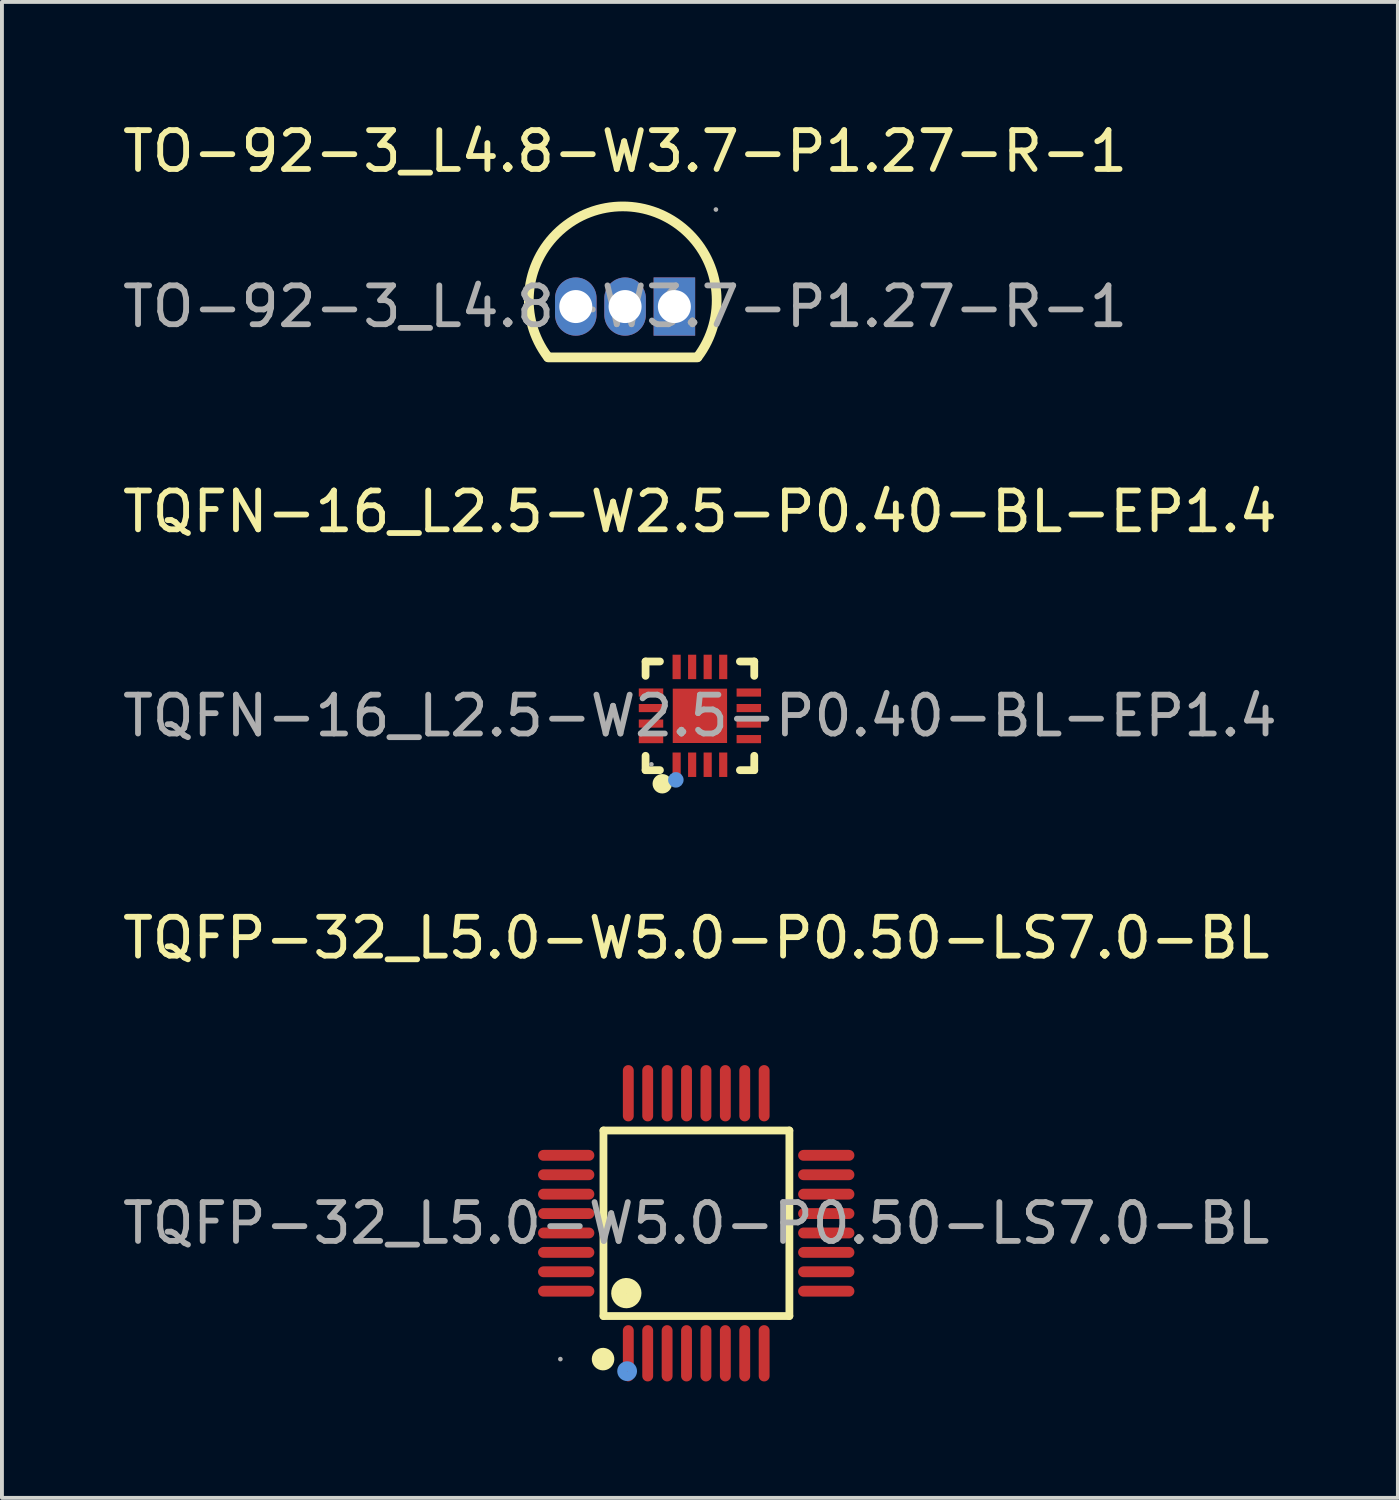
<source format=kicad_pcb>
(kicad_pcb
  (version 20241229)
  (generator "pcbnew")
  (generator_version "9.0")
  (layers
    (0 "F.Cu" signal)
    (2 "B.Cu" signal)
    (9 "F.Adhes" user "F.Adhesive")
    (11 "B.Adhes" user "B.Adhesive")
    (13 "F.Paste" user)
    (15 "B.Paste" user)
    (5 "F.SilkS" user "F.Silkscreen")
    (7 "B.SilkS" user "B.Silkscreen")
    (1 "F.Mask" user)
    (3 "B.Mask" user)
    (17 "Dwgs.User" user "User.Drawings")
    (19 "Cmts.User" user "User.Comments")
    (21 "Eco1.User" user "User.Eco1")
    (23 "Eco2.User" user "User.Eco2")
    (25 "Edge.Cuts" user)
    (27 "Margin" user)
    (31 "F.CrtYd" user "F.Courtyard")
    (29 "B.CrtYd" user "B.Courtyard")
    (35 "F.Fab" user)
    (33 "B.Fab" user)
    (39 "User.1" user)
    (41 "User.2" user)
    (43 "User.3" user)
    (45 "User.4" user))
  (footprint "TQFN-16_L2.5-W2.5-P0.40-BL-EP1.4"
    (layer "F.Cu")
    (at 14.982 15.392)
    (property "Reference" "TQFN-16_L2.5-W2.5-P0.40-BL-EP1.4" (at 0 -5.26 0) (layer "F.SilkS") (effects (font (size 1 1) (thickness 0.15))))
    (attr through_hole)
    (fp_line (start -1.4 -1.4) (end -1.4 -1.03) (stroke (width 0.2) (type solid)) (layer "F.SilkS"))
    (fp_line (start -1.4 1.4) (end -1.4 1.03) (stroke (width 0.2) (type solid)) (layer "F.SilkS"))
    (fp_line (start -1.03 -1.4) (end -1.4 -1.4) (stroke (width 0.2) (type solid)) (layer "F.SilkS"))
    (fp_line (start -1.03 1.4) (end -1.4 1.4) (stroke (width 0.2) (type solid)) (layer "F.SilkS"))
    (fp_line (start 1.4 -1.4) (end 1.03 -1.4) (stroke (width 0.2) (type solid)) (layer "F.SilkS"))
    (fp_line (start 1.4 -1.03) (end 1.4 -1.4) (stroke (width 0.2) (type solid)) (layer "F.SilkS"))
    (fp_line (start 1.4 1.03) (end 1.4 1.4) (stroke (width 0.2) (type solid)) (layer "F.SilkS"))
    (fp_line (start 1.4 1.4) (end 1.03 1.4) (stroke (width 0.2) (type solid)) (layer "F.SilkS"))
    (fp_arc (start -0.97 1.75) (mid -0.97 1.75) (end -0.97 1.75) (stroke (width 0.25) (type solid)) (layer "F.SilkS"))
    (fp_circle (center -0.62 1.65) (end -0.52 1.65) (stroke (width 0.2) (type solid)) (fill no) (layer "Cmts.User"))
    (fp_circle (center -1.25 1.25) (end -1.22 1.25) (stroke (width 0.06) (type solid)) (fill no) (layer "F.Fab"))
    (fp_text user "${REFERENCE}" (at 0 0 0) (layer "F.Fab") (effects (font (size 1 1) (thickness 0.15))))
    (pad "1" smd rect (at -0.6 1.26) (size 0.21 0.63) (layers "F.Cu" "F.Mask" "F.Paste"))
    (pad "2" smd rect (at -0.2 1.26) (size 0.21 0.63) (layers "F.Cu" "F.Mask" "F.Paste"))
    (pad "3" smd rect (at 0.2 1.26) (size 0.21 0.63) (layers "F.Cu" "F.Mask" "F.Paste"))
    (pad "4" smd rect (at 0.6 1.26) (size 0.21 0.63) (layers "F.Cu" "F.Mask" "F.Paste"))
    (pad "5" smd rect (at 1.26 0.6 90) (size 0.21 0.63) (layers "F.Cu" "F.Mask" "F.Paste"))
    (pad "6" smd rect (at 1.26 0.2 90) (size 0.21 0.63) (layers "F.Cu" "F.Mask" "F.Paste"))
    (pad "7" smd rect (at 1.26 -0.2 90) (size 0.21 0.63) (layers "F.Cu" "F.Mask" "F.Paste"))
    (pad "8" smd rect (at 1.26 -0.6 90) (size 0.21 0.63) (layers "F.Cu" "F.Mask" "F.Paste"))
    (pad "9" smd rect (at 0.6 -1.26 180) (size 0.21 0.63) (layers "F.Cu" "F.Mask" "F.Paste"))
    (pad "10" smd rect (at 0.2 -1.26 180) (size 0.21 0.63) (layers "F.Cu" "F.Mask" "F.Paste"))
    (pad "11" smd rect (at -0.2 -1.26 180) (size 0.21 0.63) (layers "F.Cu" "F.Mask" "F.Paste"))
    (pad "12" smd rect (at -0.6 -1.26 180) (size 0.21 0.63) (layers "F.Cu" "F.Mask" "F.Paste"))
    (pad "13" smd rect (at -1.26 -0.6 90) (size 0.21 0.63) (layers "F.Cu" "F.Mask" "F.Paste"))
    (pad "14" smd rect (at -1.26 -0.2 90) (size 0.21 0.63) (layers "F.Cu" "F.Mask" "F.Paste"))
    (pad "15" smd rect (at -1.26 0.2 90) (size 0.21 0.63) (layers "F.Cu" "F.Mask" "F.Paste"))
    (pad "16" smd rect (at -1.26 0.6 90) (size 0.21 0.63) (layers "F.Cu" "F.Mask" "F.Paste"))
    (pad "17" smd rect (at 0 0) (size 1.4 1.4) (layers "F.Cu" "F.Mask" "F.Paste")))
  (footprint "TQFP-32_L5.0-W5.0-P0.50-LS7.0-BL"
    (layer "F.Cu")
    (at 14.887 28.465)
    (property "Reference" "TQFP-32_L5.0-W5.0-P0.50-LS7.0-BL" (at 0 -7.35 0) (layer "F.SilkS") (effects (font (size 1 1) (thickness 0.15))))
    (attr through_hole)
    (fp_line (start -2.39 -2.39) (end -2.39 2.39) (stroke (width 0.2) (type solid)) (layer "F.SilkS"))
    (fp_line (start -2.39 2.39) (end 2.4 2.39) (stroke (width 0.2) (type solid)) (layer "F.SilkS"))
    (fp_line (start 2.4 -2.39) (end -2.39 -2.39) (stroke (width 0.2) (type solid)) (layer "F.SilkS"))
    (fp_line (start 2.4 2.39) (end 2.4 -2.39) (stroke (width 0.2) (type solid)) (layer "F.SilkS"))
    (fp_arc (start -2.39 3.36) (mid -2.405328 3.640256) (end -2.399349 3.359645) (stroke (width 0.3) (type solid)) (layer "F.SilkS"))
    (fp_arc (start -1.8 1.61) (mid -1.795242 1.98994) (end -1.809513 1.610238) (stroke (width 0.4) (type solid)) (layer "F.SilkS"))
    (fp_circle (center -1.78 3.81) (end -1.65 3.81) (stroke (width 0.25) (type solid)) (fill no) (layer "Cmts.User"))
    (fp_circle (center -3.5 3.5) (end -3.47 3.5) (stroke (width 0.06) (type solid)) (fill no) (layer "F.Fab"))
    (fp_text user "${REFERENCE}" (at 0 0 0) (layer "F.Fab") (effects (font (size 1 1) (thickness 0.15))))
    (pad "1" smd oval (at -1.75 3.35) (size 0.28 1.45) (layers "F.Cu" "F.Mask" "F.Paste"))
    (pad "2" smd oval (at -1.25 3.35) (size 0.28 1.45) (layers "F.Cu" "F.Mask" "F.Paste"))
    (pad "3" smd oval (at -0.75 3.35) (size 0.28 1.45) (layers "F.Cu" "F.Mask" "F.Paste"))
    (pad "4" smd oval (at -0.25 3.35) (size 0.28 1.45) (layers "F.Cu" "F.Mask" "F.Paste"))
    (pad "5" smd oval (at 0.25 3.35) (size 0.28 1.45) (layers "F.Cu" "F.Mask" "F.Paste"))
    (pad "6" smd oval (at 0.75 3.35) (size 0.28 1.45) (layers "F.Cu" "F.Mask" "F.Paste"))
    (pad "7" smd oval (at 1.25 3.35) (size 0.28 1.45) (layers "F.Cu" "F.Mask" "F.Paste"))
    (pad "8" smd oval (at 1.75 3.35) (size 0.28 1.45) (layers "F.Cu" "F.Mask" "F.Paste"))
    (pad "9" smd oval (at 3.35 1.75) (size 1.45 0.28) (layers "F.Cu" "F.Mask" "F.Paste"))
    (pad "10" smd oval (at 3.35 1.25) (size 1.45 0.28) (layers "F.Cu" "F.Mask" "F.Paste"))
    (pad "11" smd oval (at 3.35 0.75) (size 1.45 0.28) (layers "F.Cu" "F.Mask" "F.Paste"))
    (pad "12" smd oval (at 3.35 0.25) (size 1.45 0.28) (layers "F.Cu" "F.Mask" "F.Paste"))
    (pad "13" smd oval (at 3.35 -0.25) (size 1.45 0.28) (layers "F.Cu" "F.Mask" "F.Paste"))
    (pad "14" smd oval (at 3.35 -0.75) (size 1.45 0.28) (layers "F.Cu" "F.Mask" "F.Paste"))
    (pad "15" smd oval (at 3.35 -1.25) (size 1.45 0.28) (layers "F.Cu" "F.Mask" "F.Paste"))
    (pad "16" smd oval (at 3.35 -1.75) (size 1.45 0.28) (layers "F.Cu" "F.Mask" "F.Paste"))
    (pad "17" smd oval (at 1.75 -3.35) (size 0.28 1.45) (layers "F.Cu" "F.Mask" "F.Paste"))
    (pad "18" smd oval (at 1.25 -3.35) (size 0.28 1.45) (layers "F.Cu" "F.Mask" "F.Paste"))
    (pad "19" smd oval (at 0.75 -3.35) (size 0.28 1.45) (layers "F.Cu" "F.Mask" "F.Paste"))
    (pad "20" smd oval (at 0.25 -3.35) (size 0.28 1.45) (layers "F.Cu" "F.Mask" "F.Paste"))
    (pad "21" smd oval (at -0.25 -3.35) (size 0.28 1.45) (layers "F.Cu" "F.Mask" "F.Paste"))
    (pad "22" smd oval (at -0.75 -3.35) (size 0.28 1.45) (layers "F.Cu" "F.Mask" "F.Paste"))
    (pad "23" smd oval (at -1.25 -3.35) (size 0.28 1.45) (layers "F.Cu" "F.Mask" "F.Paste"))
    (pad "24" smd oval (at -1.75 -3.35) (size 0.28 1.45) (layers "F.Cu" "F.Mask" "F.Paste"))
    (pad "25" smd oval (at -3.35 -1.75) (size 1.45 0.28) (layers "F.Cu" "F.Mask" "F.Paste"))
    (pad "26" smd oval (at -3.35 -1.25) (size 1.45 0.28) (layers "F.Cu" "F.Mask" "F.Paste"))
    (pad "27" smd oval (at -3.35 -0.75) (size 1.45 0.28) (layers "F.Cu" "F.Mask" "F.Paste"))
    (pad "28" smd oval (at -3.35 -0.25) (size 1.45 0.28) (layers "F.Cu" "F.Mask" "F.Paste"))
    (pad "29" smd oval (at -3.35 0.25) (size 1.45 0.28) (layers "F.Cu" "F.Mask" "F.Paste"))
    (pad "30" smd oval (at -3.35 0.75) (size 1.45 0.28) (layers "F.Cu" "F.Mask" "F.Paste"))
    (pad "31" smd oval (at -3.35 1.25) (size 1.45 0.28) (layers "F.Cu" "F.Mask" "F.Paste"))
    (pad "32" smd oval (at -3.35 1.75) (size 1.45 0.28) (layers "F.Cu" "F.Mask" "F.Paste")))
  (footprint "TO-92-3_L4.8-W3.7-P1.27-R-1"
    (layer "F.Cu")
    (at 13.054 4.848)
    (property "Reference" "TO-92-3_L4.8-W3.7-P1.27-R-1" (at 0 -4 0) (layer "F.SilkS") (effects (font (size 1 1) (thickness 0.15))))
    (attr through_hole)
    (fp_line (start -1.98 1.31) (end 1.86 1.31) (stroke (width 0.25) (type solid)) (layer "F.SilkS"))
    (fp_arc (start -1.99 1.3) (mid -0.06007 -2.580021) (end 1.870084 1.299888) (stroke (width 0.25) (type solid)) (layer "F.SilkS"))
    (fp_circle (center 2.34 -2.5) (end 2.37 -2.5) (stroke (width 0.06) (type solid)) (fill no) (layer "F.Fab"))
    (fp_text user "${REFERENCE}" (at 0 0 0) (layer "F.Fab") (effects (font (size 1 1) (thickness 0.15))))
    (pad "1" thru_hole rect (at 1.27 0) (size 1.07 1.5) (drill 0.85) (layers "*.Cu" "*.Paste" "*.Mask"))
    (pad "2" thru_hole oval (at 0 0) (size 1.07 1.5) (drill 0.85) (layers "*.Cu" "*.Paste" "*.Mask"))
    (pad "3" thru_hole oval (at -1.27 0) (size 1.07 1.5) (drill 0.85) (layers "*.Cu" "*.Paste" "*.Mask")))
  (gr_rect
    (start -3 -3)
    (end 32.964 35.54)
    (stroke (width 0.1) (type default))
    (fill no)
    (layer "Edge.Cuts")))
</source>
